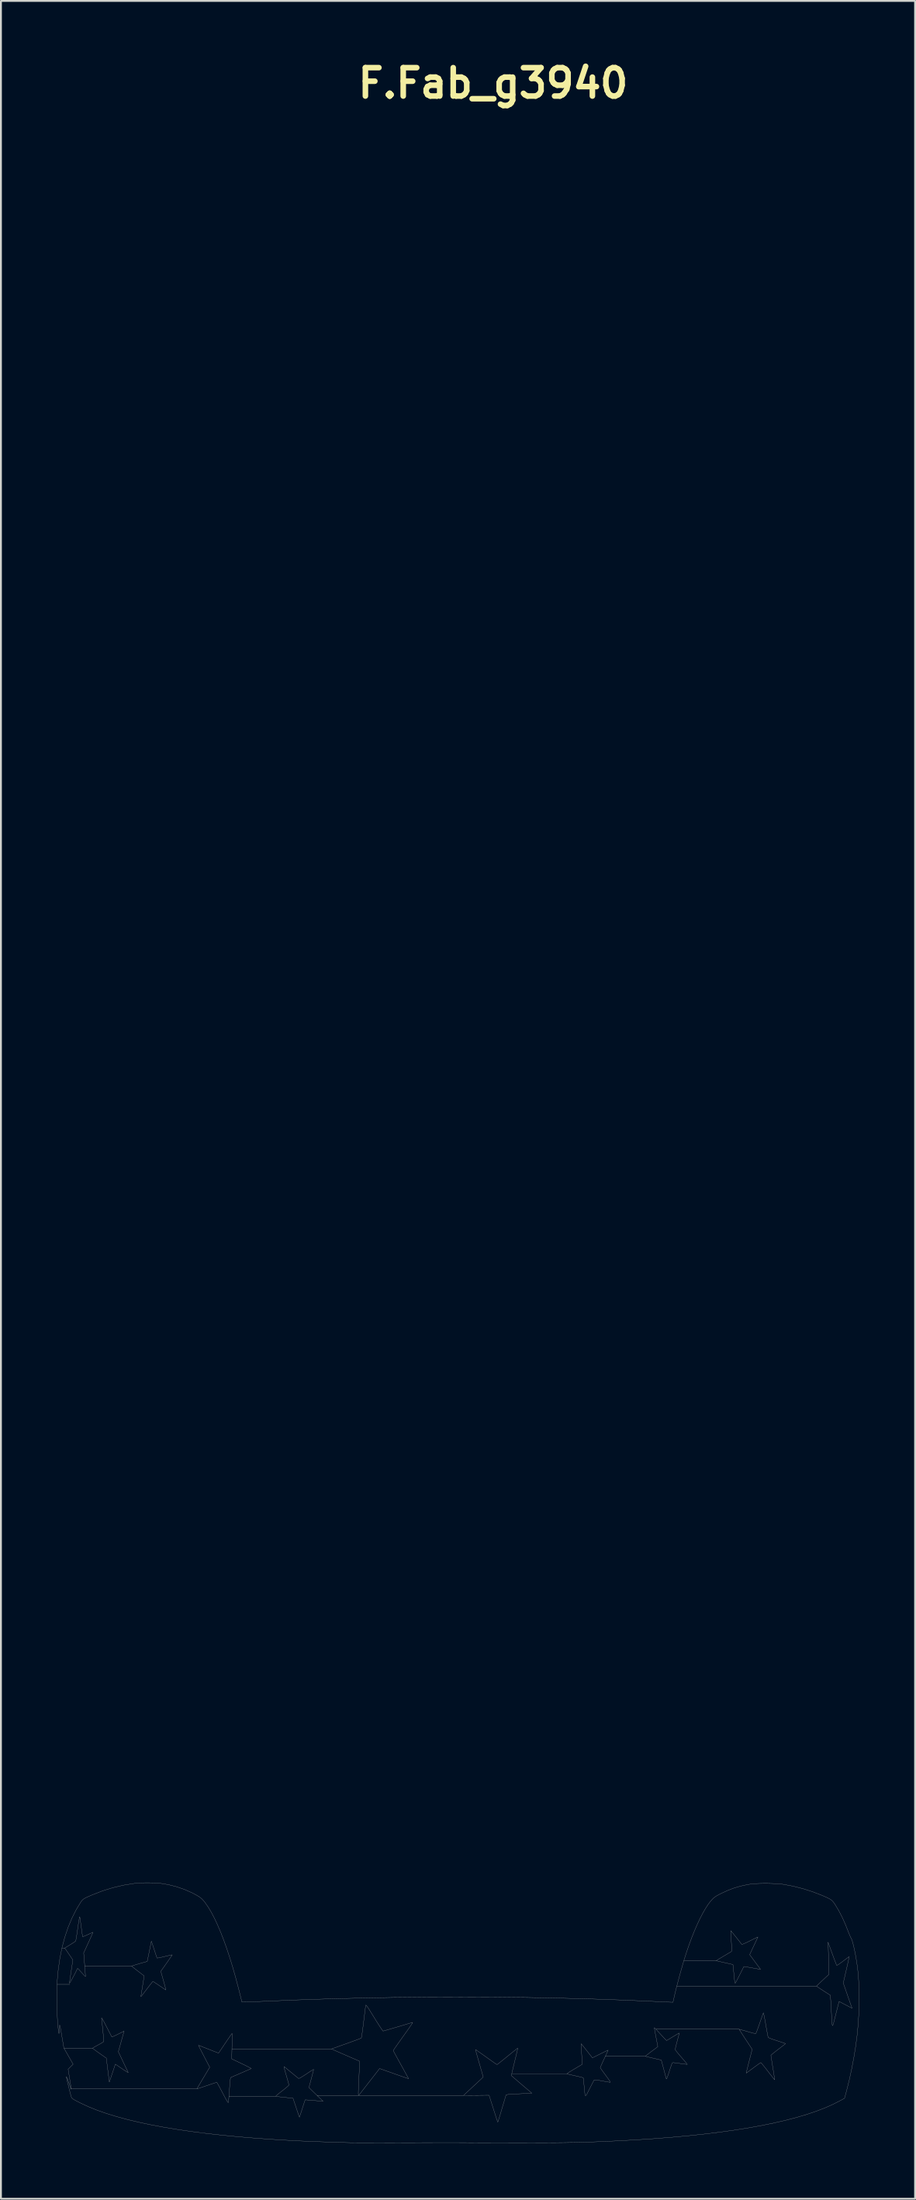
<source format=kicad_pcb>
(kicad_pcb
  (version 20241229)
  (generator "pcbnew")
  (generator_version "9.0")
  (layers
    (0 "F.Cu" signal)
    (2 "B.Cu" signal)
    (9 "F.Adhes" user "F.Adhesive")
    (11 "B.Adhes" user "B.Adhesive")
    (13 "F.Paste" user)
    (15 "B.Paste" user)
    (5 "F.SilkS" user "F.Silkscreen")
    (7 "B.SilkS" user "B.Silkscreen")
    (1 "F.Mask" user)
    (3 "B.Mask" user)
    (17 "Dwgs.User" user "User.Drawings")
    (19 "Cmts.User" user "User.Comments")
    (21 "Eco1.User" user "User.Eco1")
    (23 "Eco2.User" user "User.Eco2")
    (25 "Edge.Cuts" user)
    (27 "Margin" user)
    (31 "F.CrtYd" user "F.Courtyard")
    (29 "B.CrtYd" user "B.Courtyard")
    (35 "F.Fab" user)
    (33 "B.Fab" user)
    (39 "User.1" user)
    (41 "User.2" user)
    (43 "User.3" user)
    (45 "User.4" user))
  (footprint "F.Fab_g3940"
    (layer "F.Cu")
    (at 23.434 1.418)
    (property "Reference" "F.Fab_g3940" (at 0 0 0) (layer "F.SilkS") (effects (font (size 1.524 1.524) (thickness 0.3))))
    (attr through_hole)
    (fp_poly (pts (xy -18.345 96.644) (xy -18.171 96.648) (xy -18.018 96.656) (xy -17.897 96.667) (xy -17.896 96.667) (xy -17.447 96.741) (xy -17.005 96.853) (xy -16.577 97) (xy -16.168 97.18) (xy -15.97 97.284) (xy -15.838 97.36) (xy -15.733 97.43) (xy -15.646 97.503) (xy -15.565 97.588) (xy -15.478 97.695) (xy -15.452 97.73) (xy -15.29 97.965) (xy -15.127 98.24) (xy -14.963 98.554) (xy -14.798 98.906) (xy -14.633 99.293) (xy -14.47 99.713) (xy -14.307 100.167) (xy -14.147 100.65) (xy -13.989 101.163) (xy -13.835 101.703) (xy -13.685 102.268) (xy -13.642 102.436) (xy -13.488 103.05) (xy -13.29 103.046) (xy -13.22 103.045) (xy -13.115 103.041) (xy -12.982 103.036) (xy -12.826 103.03) (xy -12.654 103.023) (xy -12.474 103.015) (xy -12.361 103.01) (xy -10.627 102.937) (xy -8.87 102.878) (xy -7.097 102.833) (xy -5.313 102.8) (xy -3.524 102.781) (xy -1.736 102.775) (xy 0.047 102.782) (xy 1.819 102.802) (xy 3.573 102.836) (xy 5.305 102.882) (xy 7.009 102.942) (xy 8.68 103.016) (xy 8.992 103.031) (xy 9.155 103.039) (xy 9.304 103.046) (xy 9.433 103.051) (xy 9.539 103.055) (xy 9.614 103.057) (xy 9.655 103.058) (xy 9.661 103.057) (xy 9.667 103.035) (xy 9.681 102.979) (xy 9.7 102.894) (xy 9.724 102.789) (xy 9.746 102.69) (xy 9.78 102.543) (xy 9.825 102.363) (xy 9.868 102.192) (xy 17.378 102.192) (xy 17.395 102.208) (xy 17.442 102.243) (xy 17.515 102.293) (xy 17.608 102.355) (xy 17.715 102.425) (xy 17.746 102.445) (xy 18.114 102.682) (xy 18.127 102.834) (xy 18.131 102.895) (xy 18.138 102.992) (xy 18.145 103.116) (xy 18.153 103.261) (xy 18.162 103.42) (xy 18.171 103.586) (xy 18.172 103.6) (xy 18.183 103.819) (xy 18.193 103.996) (xy 18.201 104.134) (xy 18.21 104.231) (xy 18.22 104.291) (xy 18.232 104.313) (xy 18.247 104.299) (xy 18.266 104.249) (xy 18.291 104.165) (xy 18.321 104.047) (xy 18.359 103.897) (xy 18.384 103.801) (xy 18.424 103.643) (xy 18.462 103.494) (xy 18.496 103.361) (xy 18.525 103.248) (xy 18.547 103.164) (xy 18.56 103.113) (xy 18.562 103.107) (xy 18.586 103.017) (xy 18.934 103.198) (xy 19.281 103.38) (xy 19.163 103.046) (xy 19.112 102.899) (xy 19.053 102.731) (xy 18.994 102.559) (xy 18.939 102.404) (xy 18.928 102.369) (xy 18.809 102.027) (xy 18.971 101.322) (xy 19.009 101.156) (xy 19.043 101.004) (xy 19.073 100.869) (xy 19.097 100.758) (xy 19.115 100.675) (xy 19.125 100.625) (xy 19.127 100.612) (xy 19.11 100.622) (xy 19.064 100.655) (xy 18.994 100.705) (xy 18.907 100.77) (xy 18.807 100.845) (xy 18.798 100.852) (xy 18.697 100.927) (xy 18.607 100.991) (xy 18.534 101.04) (xy 18.482 101.07) (xy 18.458 101.079) (xy 18.458 101.078) (xy 18.446 101.055) (xy 18.423 100.996) (xy 18.388 100.908) (xy 18.345 100.795) (xy 18.295 100.662) (xy 18.24 100.514) (xy 18.216 100.446) (xy 17.991 99.833) (xy 18.002 100.076) (xy 18.005 100.162) (xy 18.008 100.283) (xy 18.012 100.429) (xy 18.016 100.592) (xy 18.019 100.765) (xy 18.023 100.938) (xy 18.023 100.944) (xy 18.033 101.568) (xy 17.705 101.872) (xy 17.608 101.963) (xy 17.522 102.045) (xy 17.453 102.113) (xy 17.403 102.162) (xy 17.379 102.189) (xy 17.378 102.192) (xy 9.868 102.192) (xy 9.877 102.158) (xy 9.936 101.935) (xy 9.998 101.703) (xy 10.062 101.468) (xy 10.127 101.239) (xy 10.189 101.023) (xy 10.246 100.828) (xy 11.985 100.828) (xy 12.007 100.835) (xy 12.063 100.848) (xy 12.149 100.868) (xy 12.259 100.893) (xy 12.385 100.921) (xy 12.434 100.932) (xy 12.565 100.961) (xy 12.681 100.987) (xy 12.776 101.009) (xy 12.844 101.025) (xy 12.879 101.034) (xy 12.883 101.035) (xy 12.886 101.056) (xy 12.893 101.114) (xy 12.902 101.203) (xy 12.913 101.316) (xy 12.926 101.448) (xy 12.936 101.554) (xy 12.952 101.715) (xy 12.965 101.838) (xy 12.975 101.927) (xy 12.984 101.987) (xy 12.993 102.022) (xy 13.001 102.036) (xy 13.01 102.033) (xy 13.014 102.03) (xy 13.031 102) (xy 13.064 101.939) (xy 13.11 101.851) (xy 13.165 101.744) (xy 13.227 101.624) (xy 13.255 101.568) (xy 13.316 101.446) (xy 13.371 101.337) (xy 13.416 101.247) (xy 13.45 101.181) (xy 13.468 101.145) (xy 13.471 101.14) (xy 13.492 101.142) (xy 13.547 101.151) (xy 13.629 101.164) (xy 13.729 101.181) (xy 13.842 101.201) (xy 13.959 101.221) (xy 14.073 101.242) (xy 14.176 101.261) (xy 14.261 101.276) (xy 14.32 101.288) (xy 14.336 101.292) (xy 14.362 101.292) (xy 14.356 101.276) (xy 14.338 101.252) (xy 14.299 101.199) (xy 14.242 101.124) (xy 14.173 101.029) (xy 14.094 100.923) (xy 14.059 100.876) (xy 13.782 100.501) (xy 14.003 100.031) (xy 14.064 99.901) (xy 14.119 99.784) (xy 14.164 99.686) (xy 14.199 99.611) (xy 14.219 99.566) (xy 14.224 99.554) (xy 14.206 99.561) (xy 14.156 99.584) (xy 14.078 99.622) (xy 13.978 99.67) (xy 13.863 99.728) (xy 13.798 99.76) (xy 13.675 99.821) (xy 13.564 99.873) (xy 13.472 99.914) (xy 13.404 99.942) (xy 13.365 99.954) (xy 13.358 99.954) (xy 13.336 99.924) (xy 13.294 99.869) (xy 13.237 99.795) (xy 13.169 99.709) (xy 13.094 99.615) (xy 13.018 99.519) (xy 12.944 99.428) (xy 12.878 99.346) (xy 12.824 99.28) (xy 12.787 99.235) (xy 12.77 99.216) (xy 12.77 99.216) (xy 12.769 99.238) (xy 12.771 99.296) (xy 12.775 99.386) (xy 12.781 99.5) (xy 12.788 99.635) (xy 12.795 99.769) (xy 12.805 99.943) (xy 12.811 100.078) (xy 12.815 100.18) (xy 12.815 100.252) (xy 12.812 100.299) (xy 12.807 100.326) (xy 12.8 100.334) (xy 12.775 100.35) (xy 12.719 100.383) (xy 12.638 100.432) (xy 12.537 100.491) (xy 12.423 100.559) (xy 12.376 100.587) (xy 12.261 100.656) (xy 12.159 100.717) (xy 12.076 100.768) (xy 12.017 100.805) (xy 11.987 100.826) (xy 11.985 100.828) (xy 10.246 100.828) (xy 10.246 100.828) (xy 10.269 100.753) (xy 10.401 100.339) (xy 10.539 99.941) (xy 10.681 99.56) (xy 10.826 99.2) (xy 10.972 98.864) (xy 11.119 98.554) (xy 11.265 98.272) (xy 11.409 98.023) (xy 11.549 97.807) (xy 11.685 97.628) (xy 11.79 97.513) (xy 11.846 97.459) (xy 11.902 97.413) (xy 11.964 97.37) (xy 12.04 97.325) (xy 12.138 97.272) (xy 12.266 97.208) (xy 12.278 97.202) (xy 12.613 97.049) (xy 12.942 96.924) (xy 13.278 96.825) (xy 13.634 96.747) (xy 13.805 96.717) (xy 13.943 96.7) (xy 14.114 96.688) (xy 14.31 96.68) (xy 14.522 96.676) (xy 14.743 96.676) (xy 14.962 96.681) (xy 15.173 96.69) (xy 15.366 96.702) (xy 15.532 96.719) (xy 15.6 96.728) (xy 16.121 96.826) (xy 16.647 96.96) (xy 17.168 97.126) (xy 17.671 97.32) (xy 17.916 97.428) (xy 18.04 97.488) (xy 18.133 97.543) (xy 18.207 97.601) (xy 18.271 97.67) (xy 18.337 97.76) (xy 18.362 97.798) (xy 18.564 98.133) (xy 18.753 98.497) (xy 18.93 98.893) (xy 19.059 99.22) (xy 19.104 99.334) (xy 19.147 99.441) (xy 19.187 99.531) (xy 19.218 99.594) (xy 19.228 99.612) (xy 19.26 99.676) (xy 19.295 99.776) (xy 19.332 99.909) (xy 19.372 100.068) (xy 19.412 100.249) (xy 19.452 100.446) (xy 19.49 100.654) (xy 19.525 100.869) (xy 19.557 101.084) (xy 19.584 101.296) (xy 19.588 101.325) (xy 19.626 101.744) (xy 19.651 102.194) (xy 19.662 102.669) (xy 19.66 103.16) (xy 19.644 103.659) (xy 19.615 104.158) (xy 19.572 104.65) (xy 19.547 104.881) (xy 19.471 105.451) (xy 19.375 106.041) (xy 19.261 106.637) (xy 19.133 107.224) (xy 18.993 107.788) (xy 18.952 107.94) (xy 18.877 108.216) (xy 18.619 108.356) (xy 18.233 108.552) (xy 17.806 108.739) (xy 17.338 108.918) (xy 16.829 109.088) (xy 16.28 109.25) (xy 15.691 109.403) (xy 15.063 109.547) (xy 14.395 109.683) (xy 13.688 109.81) (xy 12.942 109.928) (xy 12.159 110.037) (xy 11.337 110.137) (xy 10.477 110.229) (xy 9.58 110.311) (xy 8.646 110.384) (xy 7.675 110.448) (xy 6.668 110.503) (xy 6.276 110.521) (xy 5.976 110.534) (xy 5.694 110.546) (xy 5.424 110.557) (xy 5.163 110.566) (xy 4.907 110.574) (xy 4.651 110.581) (xy 4.391 110.587) (xy 4.123 110.591) (xy 3.843 110.596) (xy 3.547 110.599) (xy 3.23 110.601) (xy 2.888 110.603) (xy 2.516 110.604) (xy 2.112 110.605) (xy 1.67 110.606) (xy 1.598 110.606) (xy 1.267 110.606) (xy 0.939 110.606) (xy 0.615 110.605) (xy 0.302 110.605) (xy 0.001 110.605) (xy -0.284 110.604) (xy -0.547 110.603) (xy -0.788 110.603) (xy -1 110.602) (xy -1.181 110.601) (xy -1.328 110.6) (xy -1.436 110.599) (xy -1.439 110.599) (xy -1.542 110.598) (xy -1.683 110.598) (xy -1.86 110.597) (xy -2.069 110.597) (xy -2.307 110.597) (xy -2.57 110.597) (xy -2.854 110.597) (xy -3.157 110.597) (xy -3.475 110.598) (xy -3.805 110.599) (xy -4.142 110.6) (xy -4.484 110.601) (xy -4.678 110.601) (xy -5.012 110.602) (xy -5.337 110.603) (xy -5.651 110.604) (xy -5.951 110.605) (xy -6.233 110.605) (xy -6.496 110.606) (xy -6.735 110.606) (xy -6.949 110.606) (xy -7.134 110.606) (xy -7.287 110.606) (xy -7.406 110.605) (xy -7.488 110.605) (xy -7.525 110.604) (xy -7.974 110.591) (xy -8.385 110.579) (xy -8.762 110.567) (xy -9.109 110.556) (xy -9.43 110.545) (xy -9.729 110.534) (xy -10.011 110.522) (xy -10.279 110.511) (xy -10.537 110.498) (xy -10.791 110.485) (xy -11.043 110.472) (xy -11.298 110.457) (xy -11.56 110.441) (xy -11.8 110.426) (xy -12.756 110.359) (xy -13.675 110.283) (xy -14.557 110.197) (xy -15.402 110.103) (xy -16.209 109.999) (xy -16.978 109.887) (xy -17.709 109.765) (xy -18.401 109.635) (xy -19.054 109.496) (xy -19.668 109.349) (xy -20.242 109.193) (xy -20.776 109.028) (xy -21.27 108.855) (xy -21.723 108.673) (xy -22.134 108.483) (xy -22.162 108.469) (xy -22.307 108.396) (xy -22.419 108.338) (xy -22.503 108.291) (xy -22.563 108.253) (xy -22.604 108.22) (xy -22.631 108.189) (xy -22.649 108.156) (xy -22.662 108.119) (xy -22.683 108.043) (xy -22.71 107.943) (xy -22.74 107.826) (xy -22.772 107.698) (xy -22.805 107.565) (xy -22.836 107.435) (xy -22.865 107.315) (xy -22.889 107.21) (xy -22.907 107.127) (xy -22.917 107.074) (xy -22.919 107.057) (xy -22.909 107.068) (xy -22.889 107.113) (xy -22.859 107.187) (xy -22.823 107.283) (xy -22.786 107.385) (xy -22.746 107.499) (xy -22.71 107.596) (xy -22.682 107.672) (xy -22.663 107.719) (xy -22.657 107.732) (xy -22.658 107.712) (xy -15.907 107.712) (xy -15.887 107.707) (xy -15.832 107.689) (xy -15.748 107.662) (xy -15.639 107.626) (xy -15.512 107.582) (xy -15.38 107.537) (xy -15.239 107.489) (xy -15.111 107.446) (xy -15.002 107.409) (xy -14.917 107.381) (xy -14.862 107.363) (xy -14.842 107.357) (xy -14.829 107.375) (xy -14.798 107.426) (xy -14.754 107.506) (xy -14.697 107.609) (xy -14.632 107.731) (xy -14.559 107.868) (xy -14.531 107.92) (xy -14.442 108.089) (xy -14.37 108.223) (xy -14.313 108.323) (xy -14.272 108.392) (xy -14.243 108.433) (xy -14.226 108.447) (xy -14.221 108.444) (xy -14.216 108.414) (xy -14.208 108.347) (xy -14.199 108.249) (xy -14.189 108.125) (xy -14.187 108.104) (xy -11.667 108.104) (xy -11.663 108.114) (xy -11.658 108.115) (xy -11.623 108.119) (xy -11.553 108.127) (xy -11.455 108.138) (xy -11.337 108.151) (xy -11.205 108.165) (xy -11.178 108.168) (xy -10.745 108.215) (xy -10.575 108.727) (xy -10.529 108.865) (xy -10.487 108.989) (xy -10.451 109.093) (xy -10.423 109.172) (xy -10.405 109.22) (xy -10.399 109.233) (xy -10.391 109.212) (xy -10.372 109.157) (xy -10.345 109.072) (xy -10.31 108.965) (xy -10.27 108.84) (xy -10.246 108.766) (xy -10.204 108.634) (xy -10.166 108.517) (xy -10.134 108.419) (xy -10.11 108.348) (xy -10.095 108.307) (xy -10.092 108.301) (xy -10.07 108.301) (xy -10.013 108.304) (xy -9.93 108.31) (xy -9.827 108.319) (xy -9.779 108.322) (xy -9.651 108.333) (xy -9.522 108.344) (xy -9.405 108.353) (xy -9.313 108.36) (xy -9.303 108.361) (xy -9.133 108.374) (xy -9.454 108.063) (xy -1.588 108.063) (xy -1.567 108.064) (xy -1.509 108.064) (xy -1.419 108.064) (xy -1.302 108.063) (xy -1.162 108.062) (xy -1.005 108.061) (xy -0.901 108.06) (xy -0.215 108.053) (xy -0.085 108.462) (xy -0.036 108.614) (xy 0.016 108.779) (xy 0.068 108.942) (xy 0.115 109.089) (xy 0.145 109.183) (xy 0.179 109.29) (xy 0.21 109.381) (xy 0.234 109.45) (xy 0.25 109.488) (xy 0.254 109.495) (xy 0.262 109.475) (xy 0.281 109.419) (xy 0.308 109.332) (xy 0.344 109.218) (xy 0.385 109.082) (xy 0.431 108.927) (xy 0.476 108.774) (xy 0.526 108.606) (xy 0.572 108.451) (xy 0.613 108.313) (xy 0.649 108.197) (xy 0.676 108.108) (xy 0.695 108.05) (xy 0.702 108.029) (xy 0.728 108.02) (xy 0.796 108.011) (xy 0.904 108.001) (xy 1.054 107.991) (xy 1.247 107.981) (xy 1.316 107.978) (xy 1.476 107.971) (xy 1.625 107.964) (xy 1.759 107.958) (xy 1.869 107.952) (xy 1.951 107.948) (xy 1.997 107.946) (xy 1.999 107.945) (xy 2.082 107.939) (xy 1.539 107.478) (xy 1.41 107.368) (xy 1.291 107.266) (xy 1.186 107.176) (xy 1.099 107.101) (xy 1.035 107.045) (xy 0.996 107.01) (xy 0.986 107) (xy 0.988 106.976) (xy 1 106.916) (xy 1.002 106.909) (xy 3.966 106.909) (xy 3.969 106.91) (xy 4.026 106.921) (xy 4.109 106.939) (xy 4.211 106.962) (xy 4.324 106.988) (xy 4.442 107.015) (xy 4.557 107.041) (xy 4.662 107.066) (xy 4.749 107.087) (xy 4.81 107.102) (xy 4.84 107.111) (xy 4.841 107.111) (xy 4.846 107.134) (xy 4.853 107.193) (xy 4.863 107.281) (xy 4.875 107.393) (xy 4.887 107.521) (xy 4.891 107.562) (xy 4.908 107.745) (xy 4.921 107.887) (xy 4.933 107.99) (xy 4.946 108.054) (xy 4.963 108.08) (xy 4.986 108.07) (xy 5.018 108.025) (xy 5.061 107.946) (xy 5.118 107.834) (xy 5.187 107.697) (xy 5.252 107.57) (xy 5.311 107.455) (xy 5.362 107.357) (xy 5.402 107.284) (xy 5.427 107.238) (xy 5.435 107.227) (xy 5.46 107.225) (xy 5.521 107.23) (xy 5.609 107.242) (xy 5.719 107.259) (xy 5.843 107.281) (xy 5.854 107.283) (xy 5.981 107.306) (xy 6.095 107.326) (xy 6.19 107.342) (xy 6.258 107.353) (xy 6.291 107.357) (xy 6.292 107.357) (xy 6.295 107.345) (xy 6.277 107.306) (xy 6.234 107.24) (xy 6.167 107.144) (xy 6.074 107.018) (xy 6.043 106.975) (xy 5.961 106.864) (xy 5.887 106.764) (xy 5.827 106.679) (xy 5.784 106.615) (xy 5.76 106.577) (xy 5.757 106.569) (xy 5.766 106.544) (xy 5.79 106.486) (xy 5.828 106.401) (xy 5.876 106.295) (xy 5.932 106.173) (xy 5.969 106.093) (xy 6.029 105.965) (xy 6.031 105.96) (xy 8.192 105.96) (xy 8.192 105.961) (xy 8.219 105.97) (xy 8.28 105.986) (xy 8.369 106.008) (xy 8.48 106.034) (xy 8.605 106.063) (xy 8.624 106.068) (xy 9.034 106.161) (xy 9.165 106.648) (xy 9.202 106.787) (xy 9.236 106.915) (xy 9.265 107.024) (xy 9.288 107.108) (xy 9.303 107.162) (xy 9.307 107.177) (xy 9.318 107.174) (xy 9.339 107.13) (xy 9.371 107.047) (xy 9.414 106.925) (xy 9.466 106.766) (xy 9.468 106.759) (xy 9.516 106.612) (xy 9.554 106.5) (xy 9.582 106.418) (xy 9.605 106.362) (xy 9.623 106.327) (xy 9.639 106.308) (xy 9.655 106.301) (xy 9.672 106.3) (xy 9.71 106.303) (xy 9.783 106.311) (xy 9.88 106.324) (xy 9.994 106.34) (xy 10.075 106.351) (xy 10.191 106.368) (xy 10.292 106.381) (xy 10.37 106.39) (xy 10.419 106.395) (xy 10.432 106.394) (xy 10.421 106.377) (xy 10.385 106.332) (xy 10.329 106.264) (xy 10.257 106.179) (xy 10.171 106.079) (xy 10.11 106.009) (xy 10.017 105.901) (xy 9.934 105.802) (xy 9.865 105.717) (xy 9.814 105.65) (xy 9.785 105.607) (xy 9.779 105.595) (xy 9.784 105.566) (xy 9.799 105.504) (xy 9.82 105.416) (xy 9.846 105.311) (xy 9.876 105.195) (xy 9.907 105.077) (xy 9.937 104.963) (xy 9.964 104.862) (xy 9.986 104.781) (xy 10.002 104.729) (xy 10.006 104.716) (xy 9.993 104.718) (xy 9.949 104.74) (xy 9.879 104.779) (xy 9.79 104.831) (xy 9.686 104.895) (xy 9.675 104.901) (xy 9.568 104.968) (xy 9.473 105.025) (xy 9.395 105.071) (xy 9.342 105.102) (xy 9.319 105.113) (xy 9.318 105.113) (xy 9.3 105.098) (xy 9.258 105.056) (xy 9.196 104.992) (xy 9.119 104.909) (xy 9.03 104.813) (xy 8.986 104.765) (xy 8.894 104.665) (xy 8.812 104.576) (xy 8.747 104.507) (xy 13.215 104.507) (xy 13.225 104.525) (xy 13.256 104.574) (xy 13.304 104.65) (xy 13.367 104.748) (xy 13.443 104.864) (xy 13.527 104.994) (xy 13.563 105.049) (xy 13.916 105.586) (xy 13.754 106.222) (xy 13.714 106.38) (xy 13.678 106.523) (xy 13.647 106.647) (xy 13.622 106.748) (xy 13.605 106.82) (xy 13.596 106.858) (xy 13.596 106.863) (xy 13.613 106.852) (xy 13.659 106.819) (xy 13.73 106.768) (xy 13.82 106.702) (xy 13.924 106.625) (xy 13.979 106.583) (xy 14.09 106.501) (xy 14.19 106.428) (xy 14.274 106.368) (xy 14.337 106.325) (xy 14.374 106.302) (xy 14.381 106.299) (xy 14.399 106.315) (xy 14.44 106.361) (xy 14.499 106.432) (xy 14.573 106.524) (xy 14.658 106.632) (xy 14.752 106.752) (xy 14.762 106.765) (xy 14.855 106.886) (xy 14.94 106.995) (xy 15.012 107.087) (xy 15.07 107.159) (xy 15.109 107.206) (xy 15.126 107.224) (xy 15.126 107.224) (xy 15.124 107.203) (xy 15.116 107.145) (xy 15.103 107.055) (xy 15.085 106.938) (xy 15.064 106.801) (xy 15.039 106.647) (xy 15.027 106.577) (xy 15.001 106.416) (xy 14.978 106.269) (xy 14.957 106.14) (xy 14.941 106.035) (xy 14.929 105.959) (xy 14.923 105.916) (xy 14.922 105.91) (xy 14.939 105.891) (xy 14.984 105.85) (xy 15.054 105.792) (xy 15.144 105.721) (xy 15.248 105.639) (xy 15.313 105.59) (xy 15.424 105.505) (xy 15.523 105.429) (xy 15.604 105.365) (xy 15.665 105.317) (xy 15.699 105.288) (xy 15.704 105.282) (xy 15.686 105.272) (xy 15.632 105.252) (xy 15.549 105.223) (xy 15.443 105.187) (xy 15.319 105.147) (xy 15.249 105.124) (xy 15.099 105.075) (xy 14.972 105.031) (xy 14.874 104.994) (xy 14.807 104.965) (xy 14.777 104.947) (xy 14.776 104.945) (xy 14.768 104.917) (xy 14.755 104.852) (xy 14.736 104.756) (xy 14.713 104.635) (xy 14.687 104.493) (xy 14.659 104.336) (xy 14.646 104.262) (xy 14.618 104.102) (xy 14.592 103.958) (xy 14.568 103.834) (xy 14.548 103.735) (xy 14.532 103.665) (xy 14.522 103.63) (xy 14.519 103.627) (xy 14.509 103.65) (xy 14.487 103.708) (xy 14.455 103.796) (xy 14.416 103.908) (xy 14.37 104.038) (xy 14.32 104.182) (xy 14.318 104.19) (xy 14.268 104.334) (xy 14.221 104.465) (xy 14.18 104.576) (xy 14.146 104.664) (xy 14.121 104.722) (xy 14.108 104.746) (xy 14.108 104.746) (xy 14.082 104.743) (xy 14.021 104.729) (xy 13.933 104.707) (xy 13.823 104.677) (xy 13.697 104.642) (xy 13.652 104.629) (xy 13.524 104.592) (xy 13.411 104.56) (xy 13.318 104.534) (xy 13.252 104.516) (xy 13.218 104.507) (xy 13.215 104.507) (xy 8.747 104.507) (xy 8.744 104.504) (xy 8.694 104.453) (xy 8.666 104.427) (xy 8.662 104.424) (xy 8.664 104.446) (xy 8.673 104.504) (xy 8.688 104.592) (xy 8.708 104.704) (xy 8.732 104.834) (xy 8.751 104.933) (xy 8.778 105.073) (xy 8.802 105.198) (xy 8.822 105.304) (xy 8.837 105.383) (xy 8.846 105.43) (xy 8.848 105.442) (xy 8.831 105.456) (xy 8.786 105.491) (xy 8.717 105.544) (xy 8.629 105.61) (xy 8.528 105.685) (xy 8.509 105.698) (xy 8.407 105.775) (xy 8.32 105.843) (xy 8.251 105.899) (xy 8.207 105.939) (xy 8.192 105.96) (xy 6.031 105.96) (xy 6.082 105.851) (xy 6.126 105.755) (xy 6.159 105.683) (xy 6.177 105.64) (xy 6.181 105.631) (xy 6.163 105.637) (xy 6.112 105.66) (xy 6.035 105.697) (xy 5.935 105.745) (xy 5.82 105.802) (xy 5.759 105.833) (xy 5.336 106.044) (xy 5.036 105.663) (xy 4.95 105.554) (xy 4.874 105.459) (xy 4.81 105.38) (xy 4.763 105.323) (xy 4.736 105.292) (xy 4.731 105.288) (xy 4.73 105.309) (xy 4.732 105.368) (xy 4.736 105.456) (xy 4.742 105.567) (xy 4.75 105.697) (xy 4.753 105.759) (xy 4.762 105.901) (xy 4.769 106.033) (xy 4.775 106.149) (xy 4.78 106.24) (xy 4.782 106.299) (xy 4.782 106.31) (xy 4.784 106.395) (xy 4.355 106.649) (xy 4.206 106.738) (xy 4.093 106.808) (xy 4.016 106.86) (xy 3.974 106.893) (xy 3.966 106.909) (xy 1.002 106.909) (xy 1.02 106.825) (xy 1.047 106.707) (xy 1.08 106.566) (xy 1.118 106.409) (xy 1.155 106.257) (xy 1.196 106.088) (xy 1.234 105.933) (xy 1.266 105.796) (xy 1.293 105.682) (xy 1.312 105.595) (xy 1.324 105.54) (xy 1.326 105.523) (xy 1.309 105.534) (xy 1.262 105.569) (xy 1.191 105.624) (xy 1.099 105.698) (xy 0.989 105.786) (xy 0.866 105.886) (xy 0.776 105.96) (xy 0.645 106.066) (xy 0.525 106.164) (xy 0.418 106.249) (xy 0.33 106.318) (xy 0.263 106.37) (xy 0.222 106.399) (xy 0.212 106.405) (xy 0.19 106.393) (xy 0.138 106.359) (xy 0.061 106.306) (xy -0.038 106.237) (xy -0.155 106.155) (xy -0.285 106.062) (xy -0.371 106) (xy -0.507 105.903) (xy -0.631 105.815) (xy -0.74 105.739) (xy -0.829 105.677) (xy -0.895 105.632) (xy -0.934 105.608) (xy -0.942 105.604) (xy -0.938 105.625) (xy -0.924 105.683) (xy -0.9 105.772) (xy -0.868 105.887) (xy -0.829 106.025) (xy -0.785 106.181) (xy -0.739 106.34) (xy -0.691 106.508) (xy -0.647 106.662) (xy -0.607 106.799) (xy -0.575 106.913) (xy -0.55 107) (xy -0.534 107.055) (xy -0.529 107.074) (xy -0.544 107.089) (xy -0.587 107.13) (xy -0.653 107.193) (xy -0.74 107.274) (xy -0.844 107.371) (xy -0.961 107.48) (xy -1.058 107.57) (xy -1.183 107.686) (xy -1.297 107.792) (xy -1.398 107.885) (xy -1.48 107.962) (xy -1.542 108.02) (xy -1.578 108.054) (xy -1.588 108.063) (xy -9.454 108.063) (xy -9.512 108.007) (xy -9.891 107.64) (xy -9.762 107.156) (xy -9.726 107.019) (xy -9.694 106.897) (xy -9.669 106.795) (xy -9.65 106.719) (xy -9.641 106.673) (xy -9.64 106.664) (xy -9.659 106.672) (xy -9.708 106.702) (xy -9.782 106.748) (xy -9.875 106.809) (xy -9.983 106.88) (xy -10.032 106.912) (xy -10.161 106.997) (xy -10.269 107.065) (xy -10.355 107.115) (xy -10.413 107.145) (xy -10.441 107.153) (xy -10.441 107.153) (xy -10.464 107.135) (xy -10.515 107.095) (xy -10.588 107.036) (xy -10.679 106.962) (xy -10.782 106.877) (xy -10.827 106.84) (xy -10.934 106.752) (xy -11.032 106.671) (xy -11.114 106.603) (xy -11.177 106.552) (xy -11.214 106.521) (xy -11.221 106.516) (xy -11.228 106.523) (xy -11.223 106.564) (xy -11.205 106.641) (xy -11.175 106.754) (xy -11.131 106.907) (xy -11.109 106.981) (xy -11.069 107.119) (xy -11.033 107.245) (xy -11.003 107.353) (xy -10.981 107.436) (xy -10.968 107.489) (xy -10.965 107.505) (xy -10.982 107.527) (xy -11.027 107.57) (xy -11.097 107.63) (xy -11.185 107.704) (xy -11.288 107.786) (xy -11.336 107.823) (xy -11.459 107.919) (xy -11.55 107.992) (xy -11.614 108.045) (xy -11.652 108.082) (xy -11.667 108.104) (xy -14.187 108.104) (xy -14.177 107.981) (xy -14.166 107.823) (xy -14.161 107.76) (xy -14.148 107.572) (xy -14.134 107.411) (xy -14.122 107.28) (xy -14.111 107.183) (xy -14.101 107.122) (xy -14.094 107.101) (xy -14.069 107.09) (xy -14.01 107.063) (xy -13.923 107.025) (xy -13.813 106.978) (xy -13.685 106.923) (xy -13.545 106.862) (xy -13.539 106.86) (xy -13.398 106.799) (xy -13.271 106.744) (xy -13.161 106.696) (xy -13.075 106.658) (xy -13.017 106.631) (xy -12.992 106.619) (xy -12.992 106.619) (xy -13.006 106.606) (xy -13.054 106.579) (xy -13.131 106.538) (xy -13.232 106.486) (xy -13.353 106.426) (xy -13.488 106.361) (xy -13.507 106.352) (xy -14.038 106.099) (xy -14.026 105.565) (xy -8.671 105.565) (xy -8.654 105.575) (xy -8.602 105.599) (xy -8.52 105.637) (xy -8.411 105.686) (xy -8.279 105.744) (xy -8.13 105.809) (xy -7.966 105.88) (xy -7.927 105.897) (xy -7.176 106.222) (xy -7.176 106.372) (xy -7.177 106.431) (xy -7.18 106.526) (xy -7.185 106.65) (xy -7.191 106.795) (xy -7.198 106.955) (xy -7.205 107.124) (xy -7.207 107.167) (xy -7.218 107.392) (xy -7.226 107.578) (xy -7.232 107.728) (xy -7.236 107.846) (xy -7.237 107.935) (xy -7.236 107.998) (xy -7.233 108.038) (xy -7.228 108.058) (xy -7.221 108.062) (xy -7.212 108.055) (xy -7.194 108.031) (xy -7.152 107.978) (xy -7.091 107.899) (xy -7.012 107.797) (xy -6.918 107.677) (xy -6.813 107.542) (xy -6.699 107.395) (xy -6.641 107.32) (xy -6.095 106.619) (xy -5.953 106.669) (xy -5.897 106.688) (xy -5.808 106.719) (xy -5.691 106.761) (xy -5.553 106.809) (xy -5.401 106.864) (xy -5.24 106.921) (xy -5.178 106.943) (xy -5.023 106.998) (xy -4.882 107.047) (xy -4.759 107.09) (xy -4.659 107.124) (xy -4.586 107.148) (xy -4.546 107.161) (xy -4.54 107.162) (xy -4.549 107.143) (xy -4.576 107.091) (xy -4.62 107.01) (xy -4.678 106.903) (xy -4.748 106.776) (xy -4.828 106.631) (xy -4.915 106.473) (xy -4.948 106.415) (xy -5.038 106.253) (xy -5.121 106.102) (xy -5.195 105.966) (xy -5.259 105.85) (xy -5.309 105.757) (xy -5.343 105.691) (xy -5.36 105.657) (xy -5.361 105.653) (xy -5.349 105.632) (xy -5.315 105.58) (xy -5.261 105.501) (xy -5.19 105.399) (xy -5.104 105.277) (xy -5.006 105.138) (xy -4.898 104.986) (xy -4.82 104.877) (xy -4.688 104.692) (xy -4.579 104.539) (xy -4.492 104.415) (xy -4.425 104.317) (xy -4.376 104.244) (xy -4.344 104.192) (xy -4.328 104.159) (xy -4.325 104.142) (xy -4.334 104.14) (xy -4.335 104.141) (xy -4.394 104.159) (xy -4.482 104.187) (xy -4.595 104.221) (xy -4.728 104.261) (xy -4.873 104.304) (xy -5.027 104.35) (xy -5.184 104.396) (xy -5.339 104.442) (xy -5.485 104.485) (xy -5.618 104.524) (xy -5.733 104.557) (xy -5.823 104.582) (xy -5.884 104.599) (xy -5.91 104.605) (xy -5.91 104.605) (xy -5.927 104.588) (xy -5.963 104.538) (xy -6.016 104.46) (xy -6.084 104.357) (xy -6.164 104.233) (xy -6.253 104.093) (xy -6.349 103.939) (xy -6.382 103.886) (xy -6.493 103.706) (xy -6.585 103.559) (xy -6.659 103.443) (xy -6.717 103.353) (xy -6.76 103.289) (xy -6.792 103.245) (xy -6.814 103.221) (xy -6.829 103.212) (xy -6.837 103.216) (xy -6.84 103.225) (xy -6.846 103.259) (xy -6.856 103.329) (xy -6.869 103.432) (xy -6.886 103.562) (xy -6.905 103.714) (xy -6.926 103.885) (xy -6.948 104.068) (xy -6.954 104.119) (xy -6.977 104.303) (xy -6.999 104.474) (xy -7.02 104.628) (xy -7.038 104.76) (xy -7.054 104.865) (xy -7.067 104.939) (xy -7.076 104.976) (xy -7.078 104.98) (xy -7.103 104.992) (xy -7.163 105.017) (xy -7.254 105.052) (xy -7.372 105.097) (xy -7.512 105.148) (xy -7.669 105.205) (xy -7.84 105.266) (xy -7.883 105.282) (xy -8.056 105.343) (xy -8.215 105.4) (xy -8.358 105.451) (xy -8.479 105.494) (xy -8.574 105.529) (xy -8.639 105.553) (xy -8.67 105.564) (xy -8.671 105.565) (xy -14.026 105.565) (xy -14.023 105.416) (xy -14.02 105.25) (xy -14.017 105.1) (xy -14.016 104.968) (xy -14.015 104.861) (xy -14.016 104.783) (xy -14.018 104.74) (xy -14.019 104.733) (xy -14.034 104.75) (xy -14.069 104.797) (xy -14.121 104.871) (xy -14.188 104.968) (xy -14.267 105.082) (xy -14.354 105.21) (xy -14.385 105.257) (xy -14.474 105.388) (xy -14.555 105.509) (xy -14.625 105.613) (xy -14.682 105.696) (xy -14.722 105.755) (xy -14.741 105.784) (xy -14.743 105.787) (xy -14.763 105.781) (xy -14.817 105.761) (xy -14.901 105.729) (xy -15.008 105.688) (xy -15.134 105.638) (xy -15.274 105.583) (xy -15.283 105.58) (xy -15.423 105.524) (xy -15.551 105.474) (xy -15.659 105.432) (xy -15.744 105.4) (xy -15.801 105.379) (xy -15.823 105.372) (xy -15.823 105.372) (xy -15.815 105.392) (xy -15.79 105.444) (xy -15.75 105.525) (xy -15.697 105.63) (xy -15.633 105.754) (xy -15.561 105.892) (xy -15.524 105.964) (xy -15.22 106.549) (xy -15.565 107.128) (xy -15.65 107.269) (xy -15.726 107.398) (xy -15.792 107.51) (xy -15.846 107.602) (xy -15.884 107.669) (xy -15.905 107.706) (xy -15.907 107.712) (xy -22.658 107.712) (xy -22.658 107.711) (xy -22.666 107.653) (xy -22.679 107.565) (xy -22.696 107.452) (xy -22.717 107.319) (xy -22.738 107.192) (xy -22.824 106.656) (xy -22.691 106.521) (xy -22.557 106.386) (xy -22.805 105.951) (xy -23.047 105.527) (xy -21.509 105.527) (xy -21.492 105.543) (xy -21.446 105.579) (xy -21.375 105.633) (xy -21.285 105.698) (xy -21.18 105.773) (xy -21.142 105.8) (xy -20.775 106.057) (xy -20.709 106.575) (xy -20.69 106.726) (xy -20.672 106.871) (xy -20.655 107.002) (xy -20.641 107.11) (xy -20.631 107.189) (xy -20.627 107.22) (xy -20.611 107.347) (xy -20.449 106.865) (xy -20.288 106.382) (xy -19.933 106.625) (xy -19.828 106.696) (xy -19.737 106.756) (xy -19.665 106.8) (xy -19.617 106.828) (xy -19.597 106.834) (xy -19.598 106.832) (xy -19.611 106.804) (xy -19.64 106.743) (xy -19.683 106.655) (xy -19.735 106.543) (xy -19.796 106.415) (xy -19.863 106.274) (xy -19.872 106.255) (xy -20.127 105.713) (xy -19.973 105.161) (xy -19.819 104.61) (xy -20.143 104.771) (xy -20.249 104.823) (xy -20.342 104.867) (xy -20.415 104.9) (xy -20.462 104.919) (xy -20.476 104.922) (xy -20.488 104.902) (xy -20.516 104.848) (xy -20.559 104.767) (xy -20.614 104.662) (xy -20.677 104.539) (xy -20.748 104.402) (xy -20.763 104.373) (xy -20.846 104.212) (xy -20.912 104.087) (xy -20.962 103.996) (xy -20.997 103.937) (xy -21.019 103.906) (xy -21.029 103.903) (xy -21.029 103.918) (xy -21.024 103.963) (xy -21.015 104.043) (xy -21.004 104.15) (xy -20.99 104.277) (xy -20.976 104.416) (xy -20.961 104.561) (xy -20.947 104.703) (xy -20.934 104.835) (xy -20.922 104.951) (xy -20.914 105.041) (xy -20.908 105.1) (xy -20.907 105.11) (xy -20.906 105.137) (xy -20.912 105.159) (xy -20.928 105.181) (xy -20.961 105.207) (xy -21.016 105.241) (xy -21.097 105.287) (xy -21.205 105.346) (xy -21.307 105.402) (xy -21.394 105.452) (xy -21.461 105.492) (xy -21.5 105.518) (xy -21.509 105.527) (xy -23.047 105.527) (xy -23.053 105.517) (xy -23.164 104.865) (xy -23.195 104.684) (xy -23.22 104.542) (xy -23.24 104.434) (xy -23.256 104.358) (xy -23.267 104.31) (xy -23.276 104.287) (xy -23.282 104.286) (xy -23.288 104.302) (xy -23.29 104.318) (xy -23.297 104.389) (xy -23.303 104.485) (xy -23.306 104.585) (xy -23.306 104.603) (xy -23.309 104.689) (xy -23.314 104.733) (xy -23.321 104.736) (xy -23.33 104.698) (xy -23.342 104.62) (xy -23.356 104.503) (xy -23.371 104.347) (xy -23.379 104.256) (xy -23.392 104.087) (xy -23.403 103.885) (xy -23.412 103.659) (xy -23.419 103.415) (xy -23.424 103.162) (xy -23.428 102.908) (xy -23.429 102.66) (xy -23.427 102.425) (xy -23.424 102.212) (xy -23.42 102.097) (xy -22.775 102.097) (xy -22.765 102.108) (xy -22.754 102.097) (xy -22.765 102.087) (xy -22.775 102.097) (xy -23.42 102.097) (xy -23.418 102.029) (xy -23.412 101.923) (xy -23.354 101.29) (xy -23.266 100.684) (xy -23.157 100.148) (xy -23.005 100.148) (xy -22.57 100.786) (xy -22.662 101.389) (xy -22.685 101.546) (xy -22.707 101.69) (xy -22.725 101.816) (xy -22.739 101.919) (xy -22.749 101.993) (xy -22.753 102.031) (xy -22.753 102.034) (xy -22.744 102.028) (xy -22.719 101.99) (xy -22.681 101.927) (xy -22.634 101.845) (xy -22.582 101.75) (xy -22.526 101.648) (xy -22.472 101.545) (xy -22.422 101.448) (xy -22.38 101.362) (xy -22.36 101.32) (xy -22.335 101.27) (xy -22.316 101.243) (xy -22.312 101.241) (xy -22.294 101.256) (xy -22.253 101.297) (xy -22.196 101.358) (xy -22.126 101.435) (xy -22.1 101.463) (xy -22.029 101.543) (xy -21.967 101.608) (xy -21.922 101.655) (xy -21.897 101.678) (xy -21.894 101.679) (xy -21.894 101.657) (xy -21.897 101.598) (xy -21.903 101.507) (xy -21.911 101.39) (xy -21.922 101.251) (xy -21.932 101.117) (xy -19.41 101.117) (xy -19.394 101.134) (xy -19.349 101.172) (xy -19.28 101.228) (xy -19.193 101.296) (xy -19.093 101.374) (xy -19.075 101.387) (xy -18.74 101.643) (xy -18.82 102.145) (xy -18.843 102.29) (xy -18.865 102.423) (xy -18.883 102.539) (xy -18.898 102.631) (xy -18.908 102.691) (xy -18.912 102.711) (xy -18.916 102.733) (xy -18.918 102.749) (xy -18.915 102.754) (xy -18.904 102.747) (xy -18.883 102.723) (xy -18.848 102.679) (xy -18.797 102.613) (xy -18.727 102.521) (xy -18.635 102.4) (xy -18.586 102.336) (xy -18.501 102.224) (xy -18.424 102.124) (xy -18.358 102.041) (xy -18.308 101.98) (xy -18.278 101.945) (xy -18.27 101.939) (xy -18.249 101.95) (xy -18.198 101.982) (xy -18.124 102.031) (xy -18.032 102.092) (xy -17.928 102.163) (xy -17.918 102.17) (xy -17.813 102.241) (xy -17.721 102.303) (xy -17.647 102.352) (xy -17.596 102.384) (xy -17.574 102.395) (xy -17.573 102.395) (xy -17.577 102.374) (xy -17.591 102.318) (xy -17.613 102.232) (xy -17.643 102.122) (xy -17.678 101.994) (xy -17.707 101.892) (xy -17.847 101.396) (xy -17.536 100.957) (xy -17.452 100.837) (xy -17.378 100.73) (xy -17.315 100.639) (xy -17.268 100.569) (xy -17.24 100.525) (xy -17.233 100.511) (xy -17.255 100.514) (xy -17.311 100.526) (xy -17.396 100.544) (xy -17.503 100.569) (xy -17.625 100.598) (xy -17.637 100.601) (xy -17.76 100.631) (xy -17.87 100.655) (xy -17.958 100.673) (xy -18.019 100.683) (xy -18.046 100.685) (xy -18.046 100.685) (xy -18.056 100.661) (xy -18.077 100.604) (xy -18.107 100.518) (xy -18.143 100.409) (xy -18.184 100.284) (xy -18.205 100.22) (xy -18.246 100.091) (xy -18.284 99.977) (xy -18.315 99.884) (xy -18.338 99.818) (xy -18.351 99.783) (xy -18.353 99.78) (xy -18.358 99.802) (xy -18.37 99.861) (xy -18.388 99.95) (xy -18.411 100.064) (xy -18.438 100.196) (xy -18.465 100.328) (xy -18.575 100.866) (xy -18.992 100.984) (xy -19.118 101.021) (xy -19.228 101.054) (xy -19.318 101.082) (xy -19.38 101.103) (xy -19.408 101.116) (xy -19.41 101.117) (xy -21.932 101.117) (xy -21.934 101.097) (xy -21.938 101.041) (xy -21.989 100.411) (xy -21.766 99.921) (xy -21.687 99.747) (xy -21.624 99.609) (xy -21.575 99.501) (xy -21.54 99.421) (xy -21.515 99.365) (xy -21.501 99.329) (xy -21.495 99.308) (xy -21.496 99.3) (xy -21.503 99.301) (xy -21.513 99.306) (xy -21.52 99.31) (xy -21.57 99.335) (xy -21.642 99.369) (xy -21.726 99.407) (xy -21.815 99.447) (xy -21.899 99.484) (xy -21.972 99.515) (xy -22.023 99.536) (xy -22.045 99.543) (xy -22.045 99.543) (xy -22.049 99.521) (xy -22.058 99.463) (xy -22.071 99.374) (xy -22.087 99.261) (xy -22.105 99.13) (xy -22.118 99.028) (xy -22.138 98.884) (xy -22.156 98.751) (xy -22.173 98.637) (xy -22.187 98.548) (xy -22.197 98.489) (xy -22.201 98.471) (xy -22.207 98.477) (xy -22.219 98.523) (xy -22.235 98.606) (xy -22.255 98.725) (xy -22.278 98.877) (xy -22.305 99.061) (xy -22.308 99.085) (xy -22.331 99.249) (xy -22.354 99.399) (xy -22.375 99.531) (xy -22.393 99.64) (xy -22.407 99.72) (xy -22.418 99.765) (xy -22.421 99.774) (xy -22.445 99.794) (xy -22.499 99.831) (xy -22.576 99.881) (xy -22.668 99.94) (xy -22.723 99.974) (xy -23.005 100.148) (xy -23.157 100.148) (xy -23.149 100.107) (xy -23.002 99.557) (xy -22.827 99.037) (xy -22.623 98.547) (xy -22.39 98.087) (xy -22.177 97.731) (xy -22.134 97.664) (xy -22.096 97.611) (xy -22.058 97.567) (xy -22.014 97.528) (xy -21.96 97.491) (xy -21.889 97.452) (xy -21.796 97.408) (xy -21.676 97.355) (xy -21.523 97.289) (xy -21.502 97.281) (xy -20.967 97.074) (xy -20.414 96.904) (xy -19.85 96.771) (xy -19.281 96.679) (xy -19.177 96.666) (xy -19.051 96.655) (xy -18.894 96.648) (xy -18.717 96.643) (xy -18.531 96.642) (xy -18.345 96.644)) (stroke (width 0.01) (type solid)) (fill no) (layer "F.Fab")))
  (gr_rect
    (start -3 -3)
    (end 46.101 115.029)
    (stroke (width 0.1) (type default))
    (fill no)
    (layer "Edge.Cuts")))
</source>
